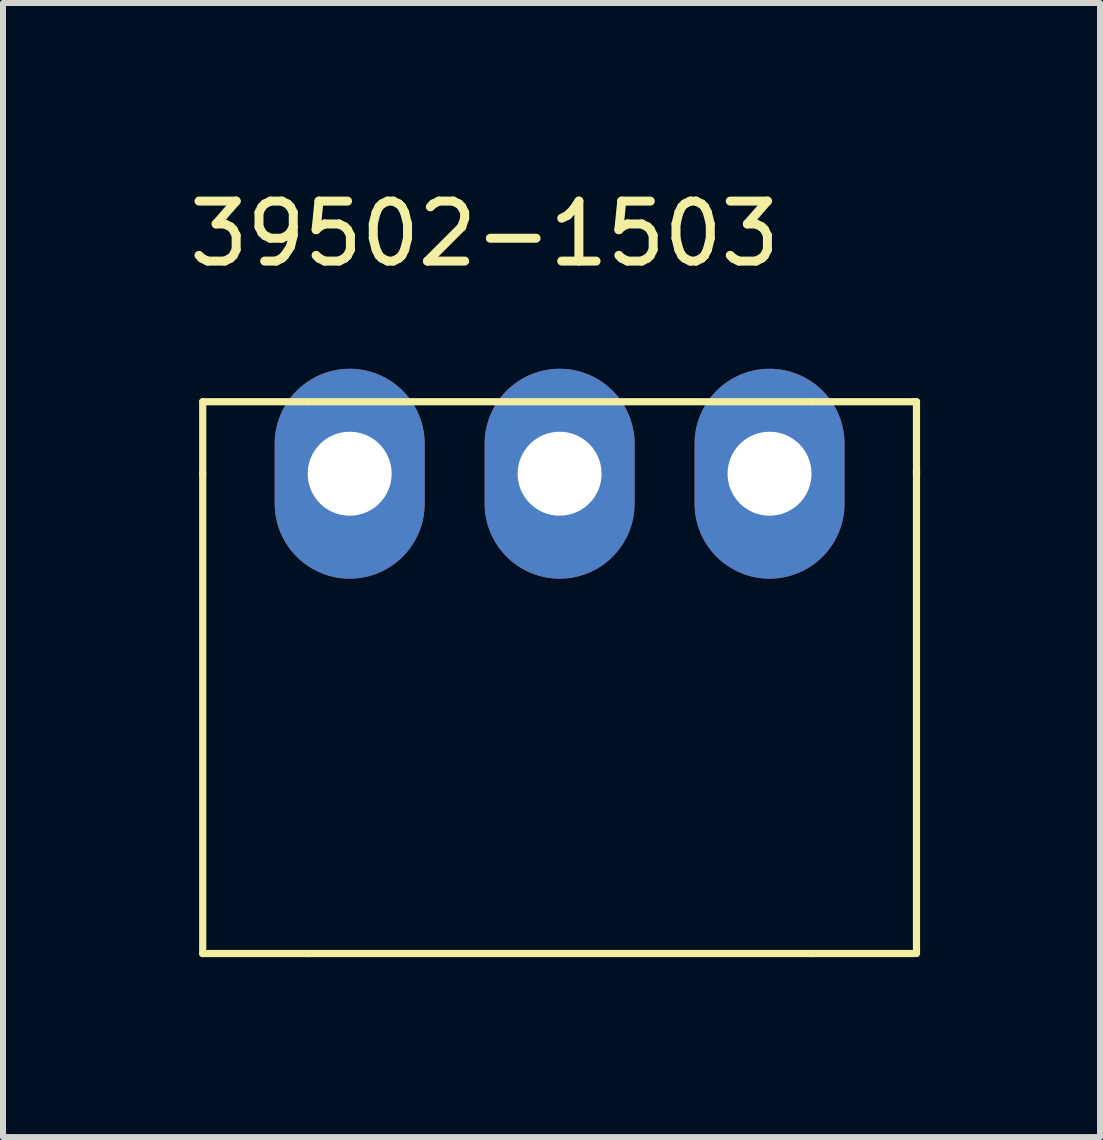
<source format=kicad_pcb>
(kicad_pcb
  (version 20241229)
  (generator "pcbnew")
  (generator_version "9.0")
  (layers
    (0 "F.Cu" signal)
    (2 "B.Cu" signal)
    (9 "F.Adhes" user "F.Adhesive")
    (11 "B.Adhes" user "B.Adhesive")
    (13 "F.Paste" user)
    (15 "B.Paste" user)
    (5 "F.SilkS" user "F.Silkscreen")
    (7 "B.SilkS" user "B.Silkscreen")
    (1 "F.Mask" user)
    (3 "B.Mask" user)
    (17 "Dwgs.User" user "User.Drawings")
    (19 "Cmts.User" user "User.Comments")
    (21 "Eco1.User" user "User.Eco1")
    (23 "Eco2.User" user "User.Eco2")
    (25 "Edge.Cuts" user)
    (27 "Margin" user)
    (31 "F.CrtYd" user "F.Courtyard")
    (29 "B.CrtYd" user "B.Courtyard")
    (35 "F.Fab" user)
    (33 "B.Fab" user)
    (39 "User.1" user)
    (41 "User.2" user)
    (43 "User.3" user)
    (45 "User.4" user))
  (footprint "39502-1503"
    (layer "F.Cu")
    (at 6.28 8.148)
    (property "Reference" "39502-1503" (at -1.25 -7.3 0) (layer "F.SilkS") (effects (font (size 1 1) (thickness 0.15))))
    (attr through_hole)
    (fp_line (start -5.95 -4.5) (end -4.2 -4.5) (stroke (width 0.12) (type solid)) (layer "F.SilkS"))
    (fp_line (start -5.95 -3.3) (end -5.95 -4.5) (stroke (width 0.12) (type solid)) (layer "F.SilkS"))
    (fp_line (start -5.95 -3.3) (end -5.95 4.7) (stroke (width 0.12) (type solid)) (layer "F.SilkS"))
    (fp_line (start -4.2 -4.5) (end 4.2 -4.5) (stroke (width 0.12) (type solid)) (layer "F.SilkS"))
    (fp_line (start -4.2 4.7) (end -5.95 4.7) (stroke (width 0.12) (type solid)) (layer "F.SilkS"))
    (fp_line (start -4.2 4.7) (end 4.2 4.7) (stroke (width 0.12) (type solid)) (layer "F.SilkS"))
    (fp_line (start 4.2 -4.5) (end 5.9 -4.5) (stroke (width 0.12) (type solid)) (layer "F.SilkS"))
    (fp_line (start 4.2 4.7) (end 5.9 4.7) (stroke (width 0.12) (type solid)) (layer "F.SilkS"))
    (fp_line (start 5.9 -4.5) (end 5.95 -4.5) (stroke (width 0.12) (type solid)) (layer "F.SilkS"))
    (fp_line (start 5.95 -4.5) (end 5.95 -3.3) (stroke (width 0.12) (type solid)) (layer "F.SilkS"))
    (fp_line (start 5.95 -3.35) (end 5.95 4.7) (stroke (width 0.12) (type solid)) (layer "F.SilkS"))
    (pad "1" thru_hole oval (at -3.5 -3.3) (size 2.5 3.5) (drill 1.4) (layers "*.Cu" "*.Mask"))
    (pad "2" thru_hole oval (at 0 -3.3) (size 2.5 3.5) (drill 1.4) (layers "*.Cu" "*.Mask"))
    (pad "3" thru_hole oval (at 3.5 -3.3) (size 2.5 3.5) (drill 1.4) (layers "*.Cu" "*.Mask")))
  (gr_rect
    (start -3 -3)
    (end 15.29 15.908)
    (stroke (width 0.1) (type default))
    (fill no)
    (layer "Edge.Cuts")))
</source>
